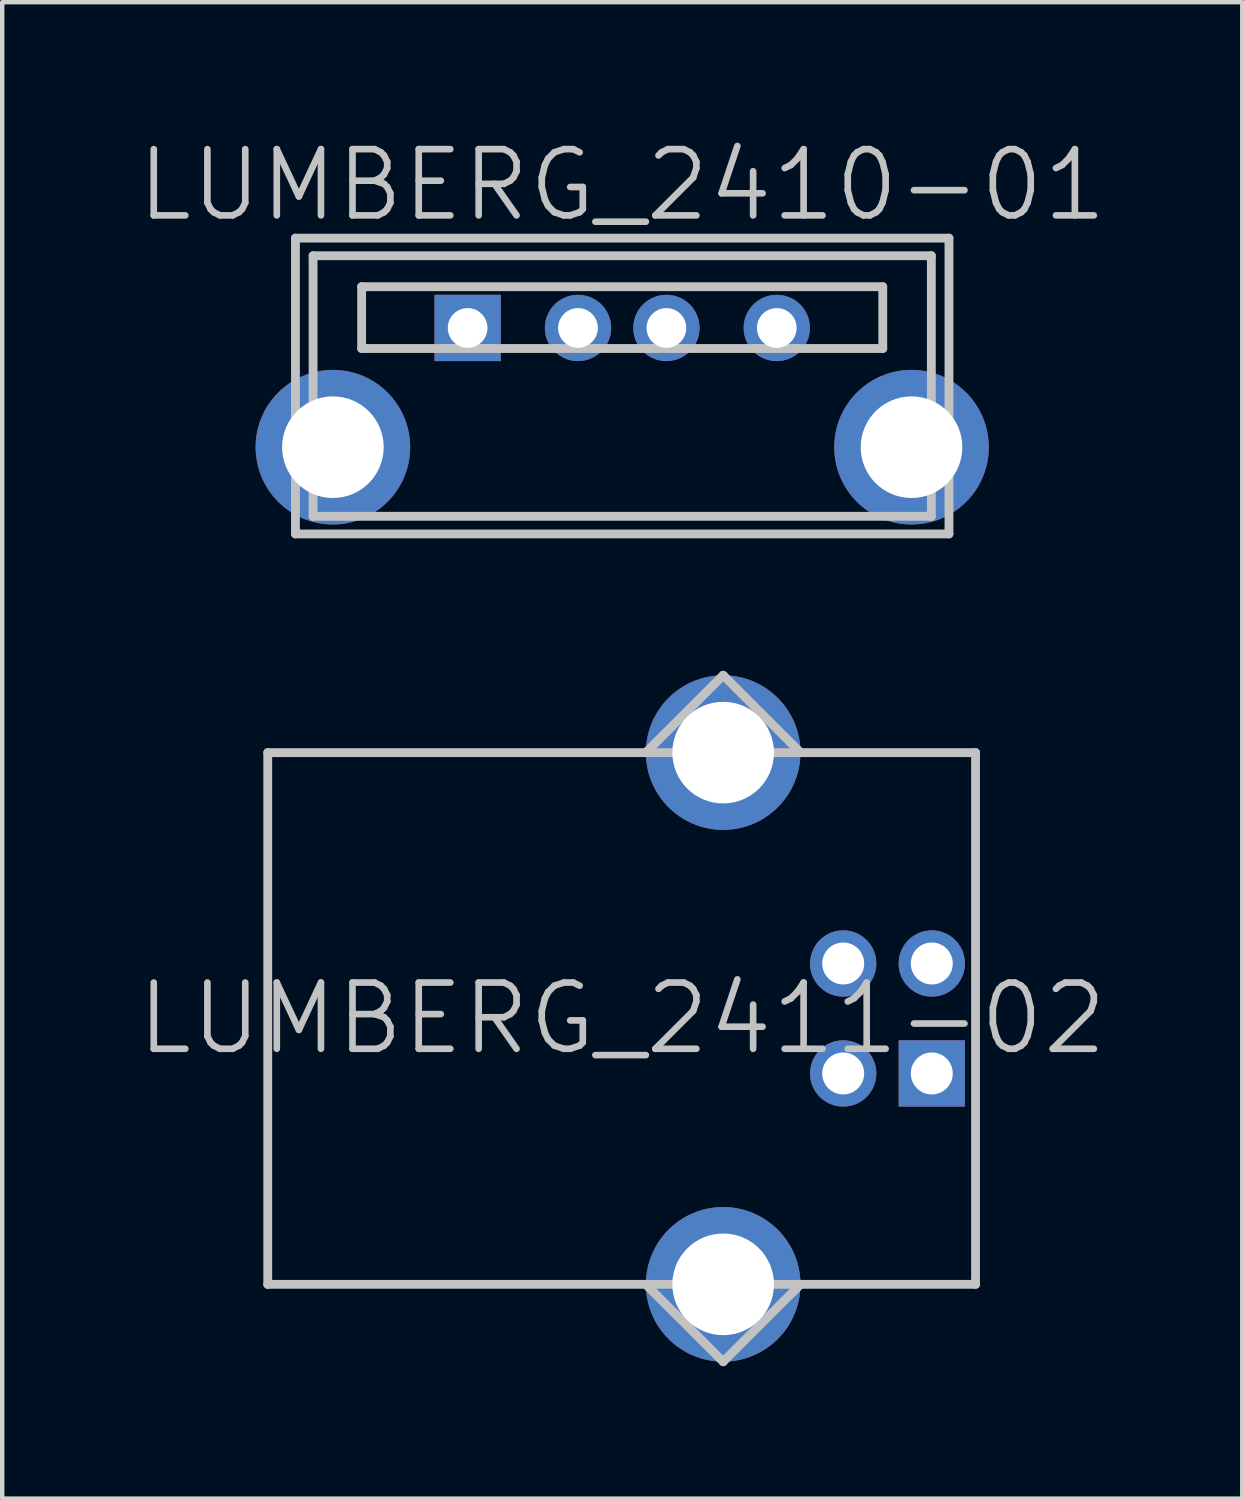
<source format=kicad_pcb>
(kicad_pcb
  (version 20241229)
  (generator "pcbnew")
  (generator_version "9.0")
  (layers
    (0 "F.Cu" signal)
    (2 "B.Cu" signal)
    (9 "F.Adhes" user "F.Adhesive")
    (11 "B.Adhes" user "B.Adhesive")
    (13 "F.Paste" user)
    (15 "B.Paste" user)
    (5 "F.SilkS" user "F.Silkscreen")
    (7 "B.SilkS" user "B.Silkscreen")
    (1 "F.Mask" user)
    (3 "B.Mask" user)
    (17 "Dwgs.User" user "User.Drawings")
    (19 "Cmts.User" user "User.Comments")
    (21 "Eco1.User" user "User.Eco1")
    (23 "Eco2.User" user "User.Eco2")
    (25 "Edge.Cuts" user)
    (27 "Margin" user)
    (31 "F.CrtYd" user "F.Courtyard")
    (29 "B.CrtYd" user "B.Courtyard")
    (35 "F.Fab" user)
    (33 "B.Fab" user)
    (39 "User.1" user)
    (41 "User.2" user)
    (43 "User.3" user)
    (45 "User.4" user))
  (footprint "LUMBERG_2411-02"
    (layer "F.Cu")
    (at 11.039 20.012)
    (property "Reference" "LUMBERG_2411-02" (at 0 0 180) (layer "Dwgs.User") (effects (font (size 1.5 1.5) (thickness 0.15))))
    (attr through_hole)
    (fp_line (start -8.026 -6.02) (end -8.026 6.02) (stroke (width 0.2) (type solid)) (layer "Dwgs.User"))
    (fp_line (start -8.026 6.02) (end 2.286 6.02) (stroke (width 0.2) (type solid)) (layer "Dwgs.User"))
    (fp_line (start 2.286 -7.772) (end 0.533 -6.02) (stroke (width 0.2) (type solid)) (layer "Dwgs.User"))
    (fp_line (start 2.286 -6.02) (end -8.026 -6.02) (stroke (width 0.2) (type solid)) (layer "Dwgs.User"))
    (fp_line (start 2.286 6.02) (end 8.001 6.02) (stroke (width 0.2) (type solid)) (layer "Dwgs.User"))
    (fp_line (start 2.286 7.772) (end 0.533 6.02) (stroke (width 0.2) (type solid)) (layer "Dwgs.User"))
    (fp_line (start 4.039 -6.02) (end 2.286 -7.772) (stroke (width 0.2) (type solid)) (layer "Dwgs.User"))
    (fp_line (start 4.039 6.02) (end 2.286 7.772) (stroke (width 0.2) (type solid)) (layer "Dwgs.User"))
    (fp_line (start 8.001 -6.02) (end 2.286 -6.02) (stroke (width 0.2) (type solid)) (layer "Dwgs.User"))
    (fp_line (start 8.001 6.02) (end 8.001 -6.02) (stroke (width 0.2) (type solid)) (layer "Dwgs.User"))
    (pad "" thru_hole circle (at 2.286 -6.02 270) (size 3.5 3.5) (drill 2.301) (layers "*.Cu" "*.Mask"))
    (pad "" thru_hole circle (at 2.286 6.02 270) (size 3.5 3.5) (drill 2.301) (layers "*.Cu" "*.Mask"))
    (pad "1" thru_hole rect (at 7.01 1.245) (size 1.501 1.501) (drill 0.95) (layers "*.Cu" "*.Mask"))
    (pad "2" thru_hole circle (at 7.01 -1.245 270) (size 1.501 1.501) (drill 0.95) (layers "*.Cu" "*.Mask"))
    (pad "3" thru_hole circle (at 5.004 -1.245 270) (size 1.501 1.501) (drill 0.95) (layers "*.Cu" "*.Mask"))
    (pad "4" thru_hole circle (at 5.004 1.245 270) (size 1.501 1.501) (drill 0.95) (layers "*.Cu" "*.Mask")))
  (footprint "LUMBERG_2410-01"
    (layer "F.Cu")
    (at 11.039 5.141)
    (property "Reference" "LUMBERG_2410-01" (at 0 -4 180) (layer "Dwgs.User") (effects (font (size 1.5 1.5) (thickness 0.15))))
    (attr through_hole)
    (fp_line (start -7.399 -2.799) (end -7.399 3.899) (stroke (width 0.2) (type solid)) (layer "Dwgs.User"))
    (fp_line (start -7.399 3.899) (end 7.399 3.899) (stroke (width 0.2) (type solid)) (layer "Dwgs.User"))
    (fp_line (start -7 -2.4) (end 7 -2.4) (stroke (width 0.2) (type solid)) (layer "Dwgs.User"))
    (fp_line (start -7 3.5) (end -7 -2.4) (stroke (width 0.2) (type solid)) (layer "Dwgs.User"))
    (fp_line (start -5.9 -1.699) (end 5.9 -1.699) (stroke (width 0.2) (type solid)) (layer "Dwgs.User"))
    (fp_line (start -5.9 -0.3) (end -5.9 -1.699) (stroke (width 0.2) (type solid)) (layer "Dwgs.User"))
    (fp_line (start 5.9 -1.699) (end 5.9 -0.3) (stroke (width 0.2) (type solid)) (layer "Dwgs.User"))
    (fp_line (start 5.9 -0.3) (end -5.9 -0.3) (stroke (width 0.2) (type solid)) (layer "Dwgs.User"))
    (fp_line (start 7 -2.4) (end 7 3.5) (stroke (width 0.2) (type solid)) (layer "Dwgs.User"))
    (fp_line (start 7 3.5) (end -7 3.5) (stroke (width 0.2) (type solid)) (layer "Dwgs.User"))
    (fp_line (start 7.399 -2.799) (end -7.399 -2.799) (stroke (width 0.2) (type solid)) (layer "Dwgs.User"))
    (fp_line (start 7.399 3.899) (end 7.399 -2.799) (stroke (width 0.2) (type solid)) (layer "Dwgs.User"))
    (pad "" thru_hole circle (at -6.551 1.935 270) (size 3.5 3.5) (drill 2.301) (layers "*.Cu"))
    (pad "" thru_hole circle (at 6.551 1.935 270) (size 3.5 3.5) (drill 2.301) (layers "*.Cu"))
    (pad "1" thru_hole rect (at -3.5 -0.765) (size 1.501 1.501) (drill 0.899) (layers "*.Cu"))
    (pad "2" thru_hole circle (at -1.001 -0.765 270) (size 1.501 1.501) (drill 0.899) (layers "*.Cu"))
    (pad "3" thru_hole circle (at 1.001 -0.765 270) (size 1.501 1.501) (drill 0.899) (layers "*.Cu"))
    (pad "4" thru_hole circle (at 3.5 -0.765 270) (size 1.501 1.501) (drill 0.899) (layers "*.Cu")))
  (gr_rect
    (start -3 -3)
    (end 25.079 30.884)
    (stroke (width 0.1) (type default))
    (fill no)
    (layer "Edge.Cuts")))
</source>
